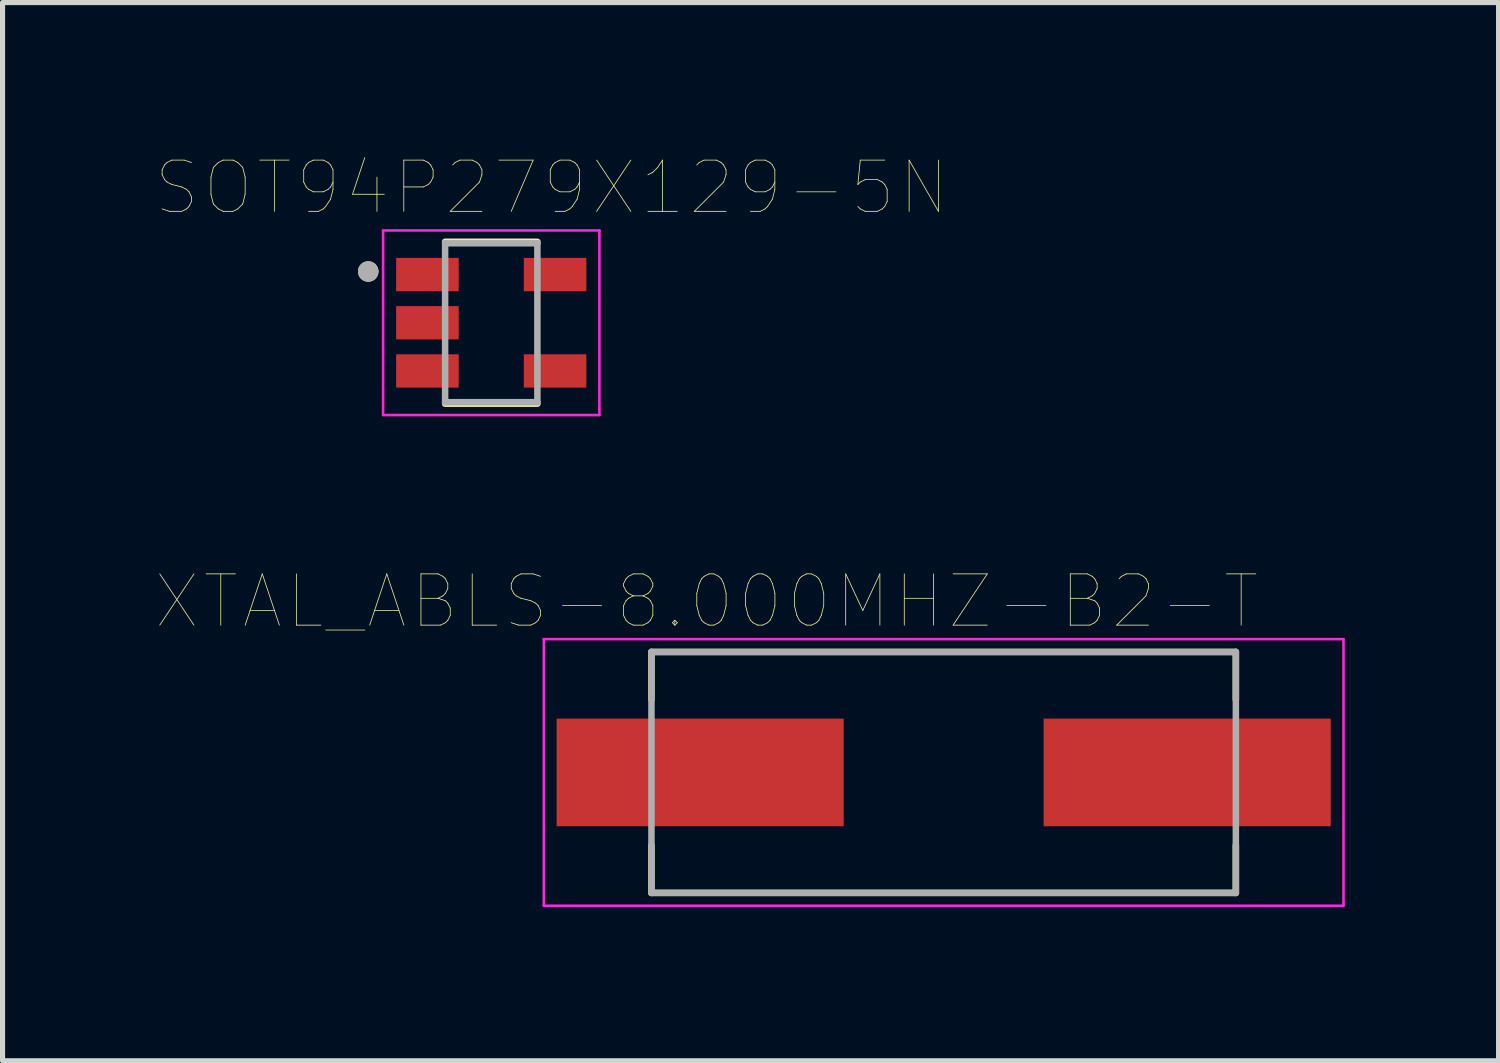
<source format=kicad_pcb>
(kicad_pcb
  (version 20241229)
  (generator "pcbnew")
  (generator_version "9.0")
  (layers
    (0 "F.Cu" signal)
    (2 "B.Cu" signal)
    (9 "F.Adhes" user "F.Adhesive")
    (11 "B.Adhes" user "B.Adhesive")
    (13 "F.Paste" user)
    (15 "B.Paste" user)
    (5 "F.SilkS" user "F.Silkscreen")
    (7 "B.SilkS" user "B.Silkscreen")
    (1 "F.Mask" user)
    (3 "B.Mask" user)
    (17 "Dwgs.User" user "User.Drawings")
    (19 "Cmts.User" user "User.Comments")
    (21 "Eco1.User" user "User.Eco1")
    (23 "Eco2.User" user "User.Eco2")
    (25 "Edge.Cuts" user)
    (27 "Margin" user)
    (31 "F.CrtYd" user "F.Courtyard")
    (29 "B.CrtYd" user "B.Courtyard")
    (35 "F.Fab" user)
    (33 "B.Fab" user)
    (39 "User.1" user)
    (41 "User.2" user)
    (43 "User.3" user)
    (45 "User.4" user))
  (footprint "SOT94P279X129-5N"
    (layer "F.Cu")
    (at 6.533 3.246)
    (property "Reference" "SOT94P279X129-5N" (at 1.175 -2.635 0) (layer "F.SilkS") (effects (font (size 1 1) (thickness 0.015))))
    (attr through_hole)
    (fp_line (start -0.9 -1.579) (end 0.9 -1.579) (stroke (width 0.127) (type solid)) (layer "F.SilkS"))
    (fp_line (start -0.9 1.579) (end 0.9 1.579) (stroke (width 0.127) (type solid)) (layer "F.SilkS"))
    (fp_circle (center -2.4 -1) (end -2.3 -1) (stroke (width 0.2) (type solid)) (fill no) (layer "F.SilkS"))
    (fp_line (start -2.11 -1.8) (end 2.11 -1.8) (stroke (width 0.05) (type solid)) (layer "F.CrtYd"))
    (fp_line (start -2.11 1.8) (end -2.11 -1.8) (stroke (width 0.05) (type solid)) (layer "F.CrtYd"))
    (fp_line (start 2.11 -1.8) (end 2.11 1.8) (stroke (width 0.05) (type solid)) (layer "F.CrtYd"))
    (fp_line (start 2.11 1.8) (end -2.11 1.8) (stroke (width 0.05) (type solid)) (layer "F.CrtYd"))
    (fp_line (start -0.9 -1.55) (end 0.9 -1.55) (stroke (width 0.127) (type solid)) (layer "F.Fab"))
    (fp_line (start -0.9 1.55) (end -0.9 -1.55) (stroke (width 0.127) (type solid)) (layer "F.Fab"))
    (fp_line (start 0.9 -1.55) (end 0.9 1.55) (stroke (width 0.127) (type solid)) (layer "F.Fab"))
    (fp_line (start 0.9 1.55) (end -0.9 1.55) (stroke (width 0.127) (type solid)) (layer "F.Fab"))
    (fp_circle (center -2.4 -1) (end -2.3 -1) (stroke (width 0.2) (type solid)) (fill no) (layer "F.Fab"))
    (pad "1" smd rect (at -1.245 -0.94) (size 1.22 0.65) (layers "F.Cu" "F.Mask" "F.Paste"))
    (pad "2" smd rect (at -1.245 0) (size 1.22 0.65) (layers "F.Cu" "F.Mask" "F.Paste"))
    (pad "3" smd rect (at -1.245 0.94) (size 1.22 0.65) (layers "F.Cu" "F.Mask" "F.Paste"))
    (pad "4" smd rect (at 1.245 0.94) (size 1.22 0.65) (layers "F.Cu" "F.Mask" "F.Paste"))
    (pad "5" smd rect (at 1.245 -0.94) (size 1.22 0.65) (layers "F.Cu" "F.Mask" "F.Paste")))
  (footprint "XTAL_ABLS-8.000MHZ-B2-T"
    (layer "F.Cu")
    (at 15.358 12.018)
    (property "Reference" "XTAL_ABLS-8.000MHZ-B2-T" (at -4.625 -3.335 0) (layer "F.SilkS") (effects (font (size 1 1) (thickness 0.015))))
    (attr through_hole)
    (fp_line (start -5.7 -2.35) (end 5.7 -2.35) (stroke (width 0.127) (type solid)) (layer "F.SilkS"))
    (fp_line (start -5.7 -1.42) (end -5.7 -2.35) (stroke (width 0.127) (type solid)) (layer "F.SilkS"))
    (fp_line (start -5.7 1.42) (end -5.7 2.35) (stroke (width 0.127) (type solid)) (layer "F.SilkS"))
    (fp_line (start -5.7 2.35) (end 5.7 2.35) (stroke (width 0.127) (type solid)) (layer "F.SilkS"))
    (fp_line (start 5.7 -2.35) (end 5.7 -1.42) (stroke (width 0.127) (type solid)) (layer "F.SilkS"))
    (fp_line (start 5.7 2.35) (end 5.7 1.42) (stroke (width 0.127) (type solid)) (layer "F.SilkS"))
    (fp_line (start -7.8 -2.6) (end 7.8 -2.6) (stroke (width 0.05) (type solid)) (layer "F.CrtYd"))
    (fp_line (start -7.8 2.6) (end -7.8 -2.6) (stroke (width 0.05) (type solid)) (layer "F.CrtYd"))
    (fp_line (start 7.8 -2.6) (end 7.8 2.6) (stroke (width 0.05) (type solid)) (layer "F.CrtYd"))
    (fp_line (start 7.8 2.6) (end -7.8 2.6) (stroke (width 0.05) (type solid)) (layer "F.CrtYd"))
    (fp_line (start -5.7 -2.35) (end 5.7 -2.35) (stroke (width 0.127) (type solid)) (layer "F.Fab"))
    (fp_line (start -5.7 2.35) (end -5.7 -2.35) (stroke (width 0.127) (type solid)) (layer "F.Fab"))
    (fp_line (start 5.7 -2.35) (end 5.7 2.35) (stroke (width 0.127) (type solid)) (layer "F.Fab"))
    (fp_line (start 5.7 2.35) (end -5.7 2.35) (stroke (width 0.127) (type solid)) (layer "F.Fab"))
    (pad "1" smd rect (at -4.75 0) (size 5.6 2.1) (layers "F.Cu" "F.Mask" "F.Paste"))
    (pad "2" smd rect (at 4.75 0) (size 5.6 2.1) (layers "F.Cu" "F.Mask" "F.Paste")))
  (gr_rect
    (start -3 -3)
    (end 26.183 17.643)
    (stroke (width 0.1) (type default))
    (fill no)
    (layer "Edge.Cuts")))
</source>
